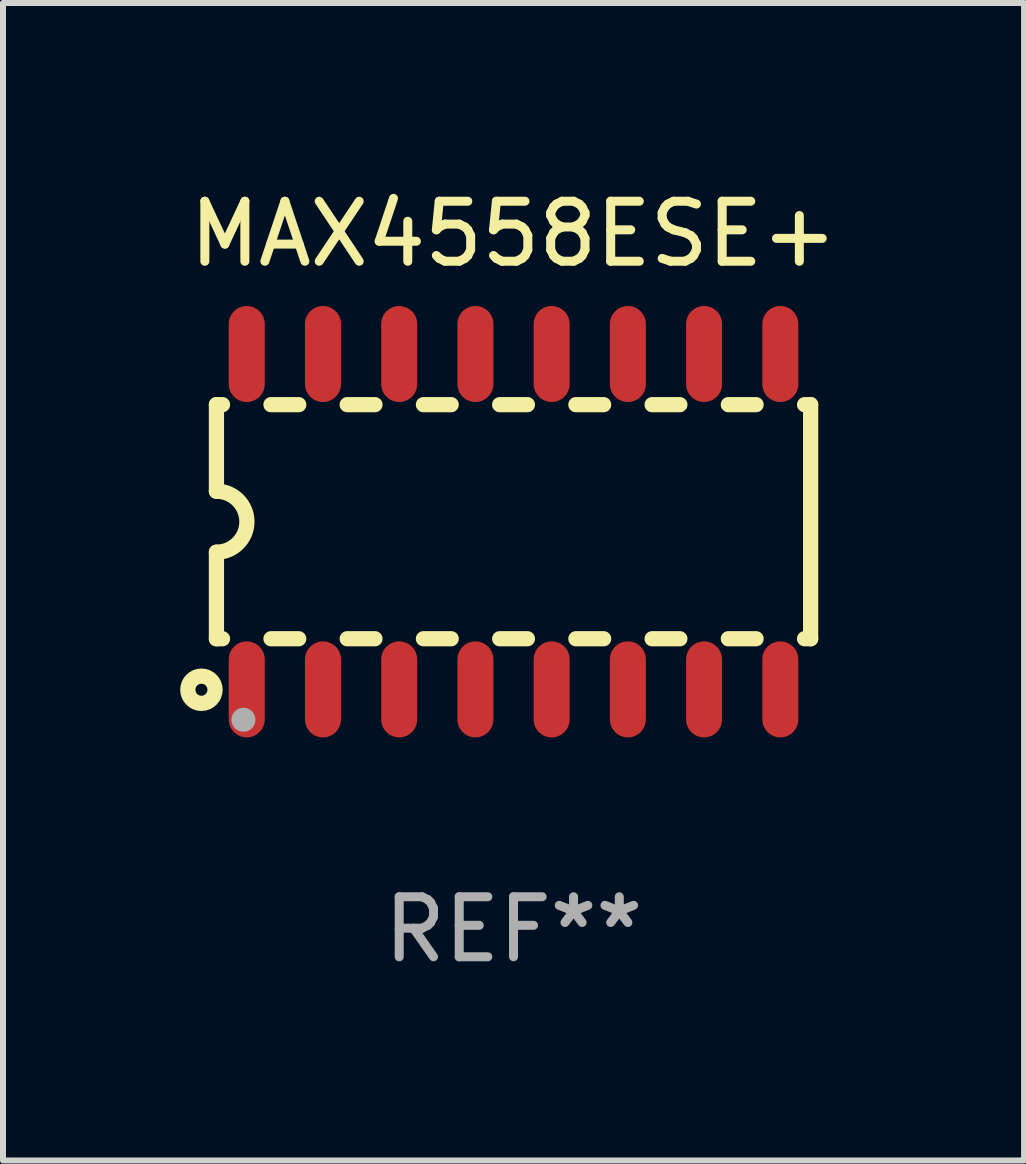
<source format=kicad_pcb>
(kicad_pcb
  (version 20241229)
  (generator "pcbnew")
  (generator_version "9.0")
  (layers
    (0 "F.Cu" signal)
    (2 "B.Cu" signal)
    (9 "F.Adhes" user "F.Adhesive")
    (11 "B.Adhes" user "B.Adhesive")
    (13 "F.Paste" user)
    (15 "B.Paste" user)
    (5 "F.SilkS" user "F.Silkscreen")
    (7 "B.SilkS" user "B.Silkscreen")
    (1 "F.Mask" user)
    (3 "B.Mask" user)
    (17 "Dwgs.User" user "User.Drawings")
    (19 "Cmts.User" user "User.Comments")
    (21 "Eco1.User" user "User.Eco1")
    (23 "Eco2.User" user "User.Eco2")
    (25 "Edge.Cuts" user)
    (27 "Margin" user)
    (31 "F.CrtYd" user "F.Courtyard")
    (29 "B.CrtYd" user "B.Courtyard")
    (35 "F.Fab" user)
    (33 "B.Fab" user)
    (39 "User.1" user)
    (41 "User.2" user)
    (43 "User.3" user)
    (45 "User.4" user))
  (footprint "MAX4558ESE+"
    (layer "F.Cu")
    (at 5.506 5.642)
    (property "Reference" "MAX4558ESE+" (at 0 -4.794 0) (layer "F.SilkS") (effects (font (size 1 1) (thickness 0.15))))
    (attr through_hole)
    (fp_line (start -4.95 -1.95) (end -4.95 -0.508) (stroke (width 0.254) (type solid)) (layer "F.SilkS"))
    (fp_line (start -4.95 -1.95) (end -4.849 -1.95) (stroke (width 0.254) (type solid)) (layer "F.SilkS"))
    (fp_line (start -4.95 1.95) (end -4.95 0.508) (stroke (width 0.254) (type solid)) (layer "F.SilkS"))
    (fp_line (start -4.95 1.95) (end -4.849 1.95) (stroke (width 0.254) (type solid)) (layer "F.SilkS"))
    (fp_line (start -4.041 -1.95) (end -3.579 -1.95) (stroke (width 0.254) (type solid)) (layer "F.SilkS"))
    (fp_line (start -4.041 1.95) (end -3.579 1.95) (stroke (width 0.254) (type solid)) (layer "F.SilkS"))
    (fp_line (start -2.771 -1.95) (end -2.309 -1.95) (stroke (width 0.254) (type solid)) (layer "F.SilkS"))
    (fp_line (start -2.771 1.95) (end -2.309 1.95) (stroke (width 0.254) (type solid)) (layer "F.SilkS"))
    (fp_line (start -1.501 -1.95) (end -1.039 -1.95) (stroke (width 0.254) (type solid)) (layer "F.SilkS"))
    (fp_line (start -1.501 1.95) (end -1.039 1.95) (stroke (width 0.254) (type solid)) (layer "F.SilkS"))
    (fp_line (start -0.231 -1.95) (end 0.231 -1.95) (stroke (width 0.254) (type solid)) (layer "F.SilkS"))
    (fp_line (start -0.231 1.95) (end 0.231 1.95) (stroke (width 0.254) (type solid)) (layer "F.SilkS"))
    (fp_line (start 1.039 -1.95) (end 1.501 -1.95) (stroke (width 0.254) (type solid)) (layer "F.SilkS"))
    (fp_line (start 1.039 1.95) (end 1.501 1.95) (stroke (width 0.254) (type solid)) (layer "F.SilkS"))
    (fp_line (start 2.309 -1.95) (end 2.771 -1.95) (stroke (width 0.254) (type solid)) (layer "F.SilkS"))
    (fp_line (start 2.309 1.95) (end 2.771 1.95) (stroke (width 0.254) (type solid)) (layer "F.SilkS"))
    (fp_line (start 3.579 -1.95) (end 4.041 -1.95) (stroke (width 0.254) (type solid)) (layer "F.SilkS"))
    (fp_line (start 3.579 1.95) (end 4.041 1.95) (stroke (width 0.254) (type solid)) (layer "F.SilkS"))
    (fp_line (start 4.849 -1.95) (end 4.95 -1.95) (stroke (width 0.254) (type solid)) (layer "F.SilkS"))
    (fp_line (start 4.849 1.95) (end 4.95 1.95) (stroke (width 0.254) (type solid)) (layer "F.SilkS"))
    (fp_line (start 4.95 -1.95) (end 4.95 1.95) (stroke (width 0.254) (type solid)) (layer "F.SilkS"))
    (fp_arc (start -4.95047 -0.508001) (mid -4.442469 -0.000228) (end -4.950013 0.508001) (stroke (width 0.254001) (type solid)) (layer "F.SilkS"))
    (fp_circle (center -5.2 2.8) (end -5.1 2.8) (stroke (width 0.254) (type solid)) (fill no) (layer "F.SilkS"))
    (fp_circle (center -4.95 2.947) (end -4.92 2.947) (stroke (width 0.06) (type solid)) (fill no) (layer "F.SilkS"))
    (fp_circle (center -4.5 3.3) (end -4.4 3.3) (stroke (width 0.2) (type solid)) (fill no) (layer "F.Fab"))
    (fp_text user "REF**" (at 0 6.794 0) (layer "F.Fab") (effects (font (size 1 1) (thickness 0.15))))
    (pad "1" smd oval (at -4.445 2.794) (size 0.6 1.6) (layers "F.Cu" "F.Mask" "F.Paste"))
    (pad "2" smd oval (at -3.175 2.794) (size 0.6 1.6) (layers "F.Cu" "F.Mask" "F.Paste"))
    (pad "3" smd oval (at -1.905 2.794) (size 0.6 1.6) (layers "F.Cu" "F.Mask" "F.Paste"))
    (pad "4" smd oval (at -0.635 2.794) (size 0.6 1.6) (layers "F.Cu" "F.Mask" "F.Paste"))
    (pad "5" smd oval (at 0.635 2.794) (size 0.6 1.6) (layers "F.Cu" "F.Mask" "F.Paste"))
    (pad "6" smd oval (at 1.905 2.794) (size 0.6 1.6) (layers "F.Cu" "F.Mask" "F.Paste"))
    (pad "7" smd oval (at 3.175 2.794) (size 0.6 1.6) (layers "F.Cu" "F.Mask" "F.Paste"))
    (pad "8" smd oval (at 4.445 2.794) (size 0.6 1.6) (layers "F.Cu" "F.Mask" "F.Paste"))
    (pad "9" smd oval (at 4.445 -2.794) (size 0.6 1.6) (layers "F.Cu" "F.Mask" "F.Paste"))
    (pad "10" smd oval (at 3.175 -2.794) (size 0.6 1.6) (layers "F.Cu" "F.Mask" "F.Paste"))
    (pad "11" smd oval (at 1.905 -2.794) (size 0.6 1.6) (layers "F.Cu" "F.Mask" "F.Paste"))
    (pad "12" smd oval (at 0.635 -2.794) (size 0.6 1.6) (layers "F.Cu" "F.Mask" "F.Paste"))
    (pad "13" smd oval (at -0.635 -2.794) (size 0.6 1.6) (layers "F.Cu" "F.Mask" "F.Paste"))
    (pad "14" smd oval (at -1.905 -2.794) (size 0.6 1.6) (layers "F.Cu" "F.Mask" "F.Paste"))
    (pad "15" smd oval (at -3.175 -2.794) (size 0.6 1.6) (layers "F.Cu" "F.Mask" "F.Paste"))
    (pad "16" smd oval (at -4.445 -2.794) (size 0.6 1.6) (layers "F.Cu" "F.Mask" "F.Paste")))
  (gr_rect
    (start -3 -3)
    (end 14.012 16.285)
    (stroke (width 0.1) (type default))
    (fill no)
    (layer "Edge.Cuts")))
</source>
